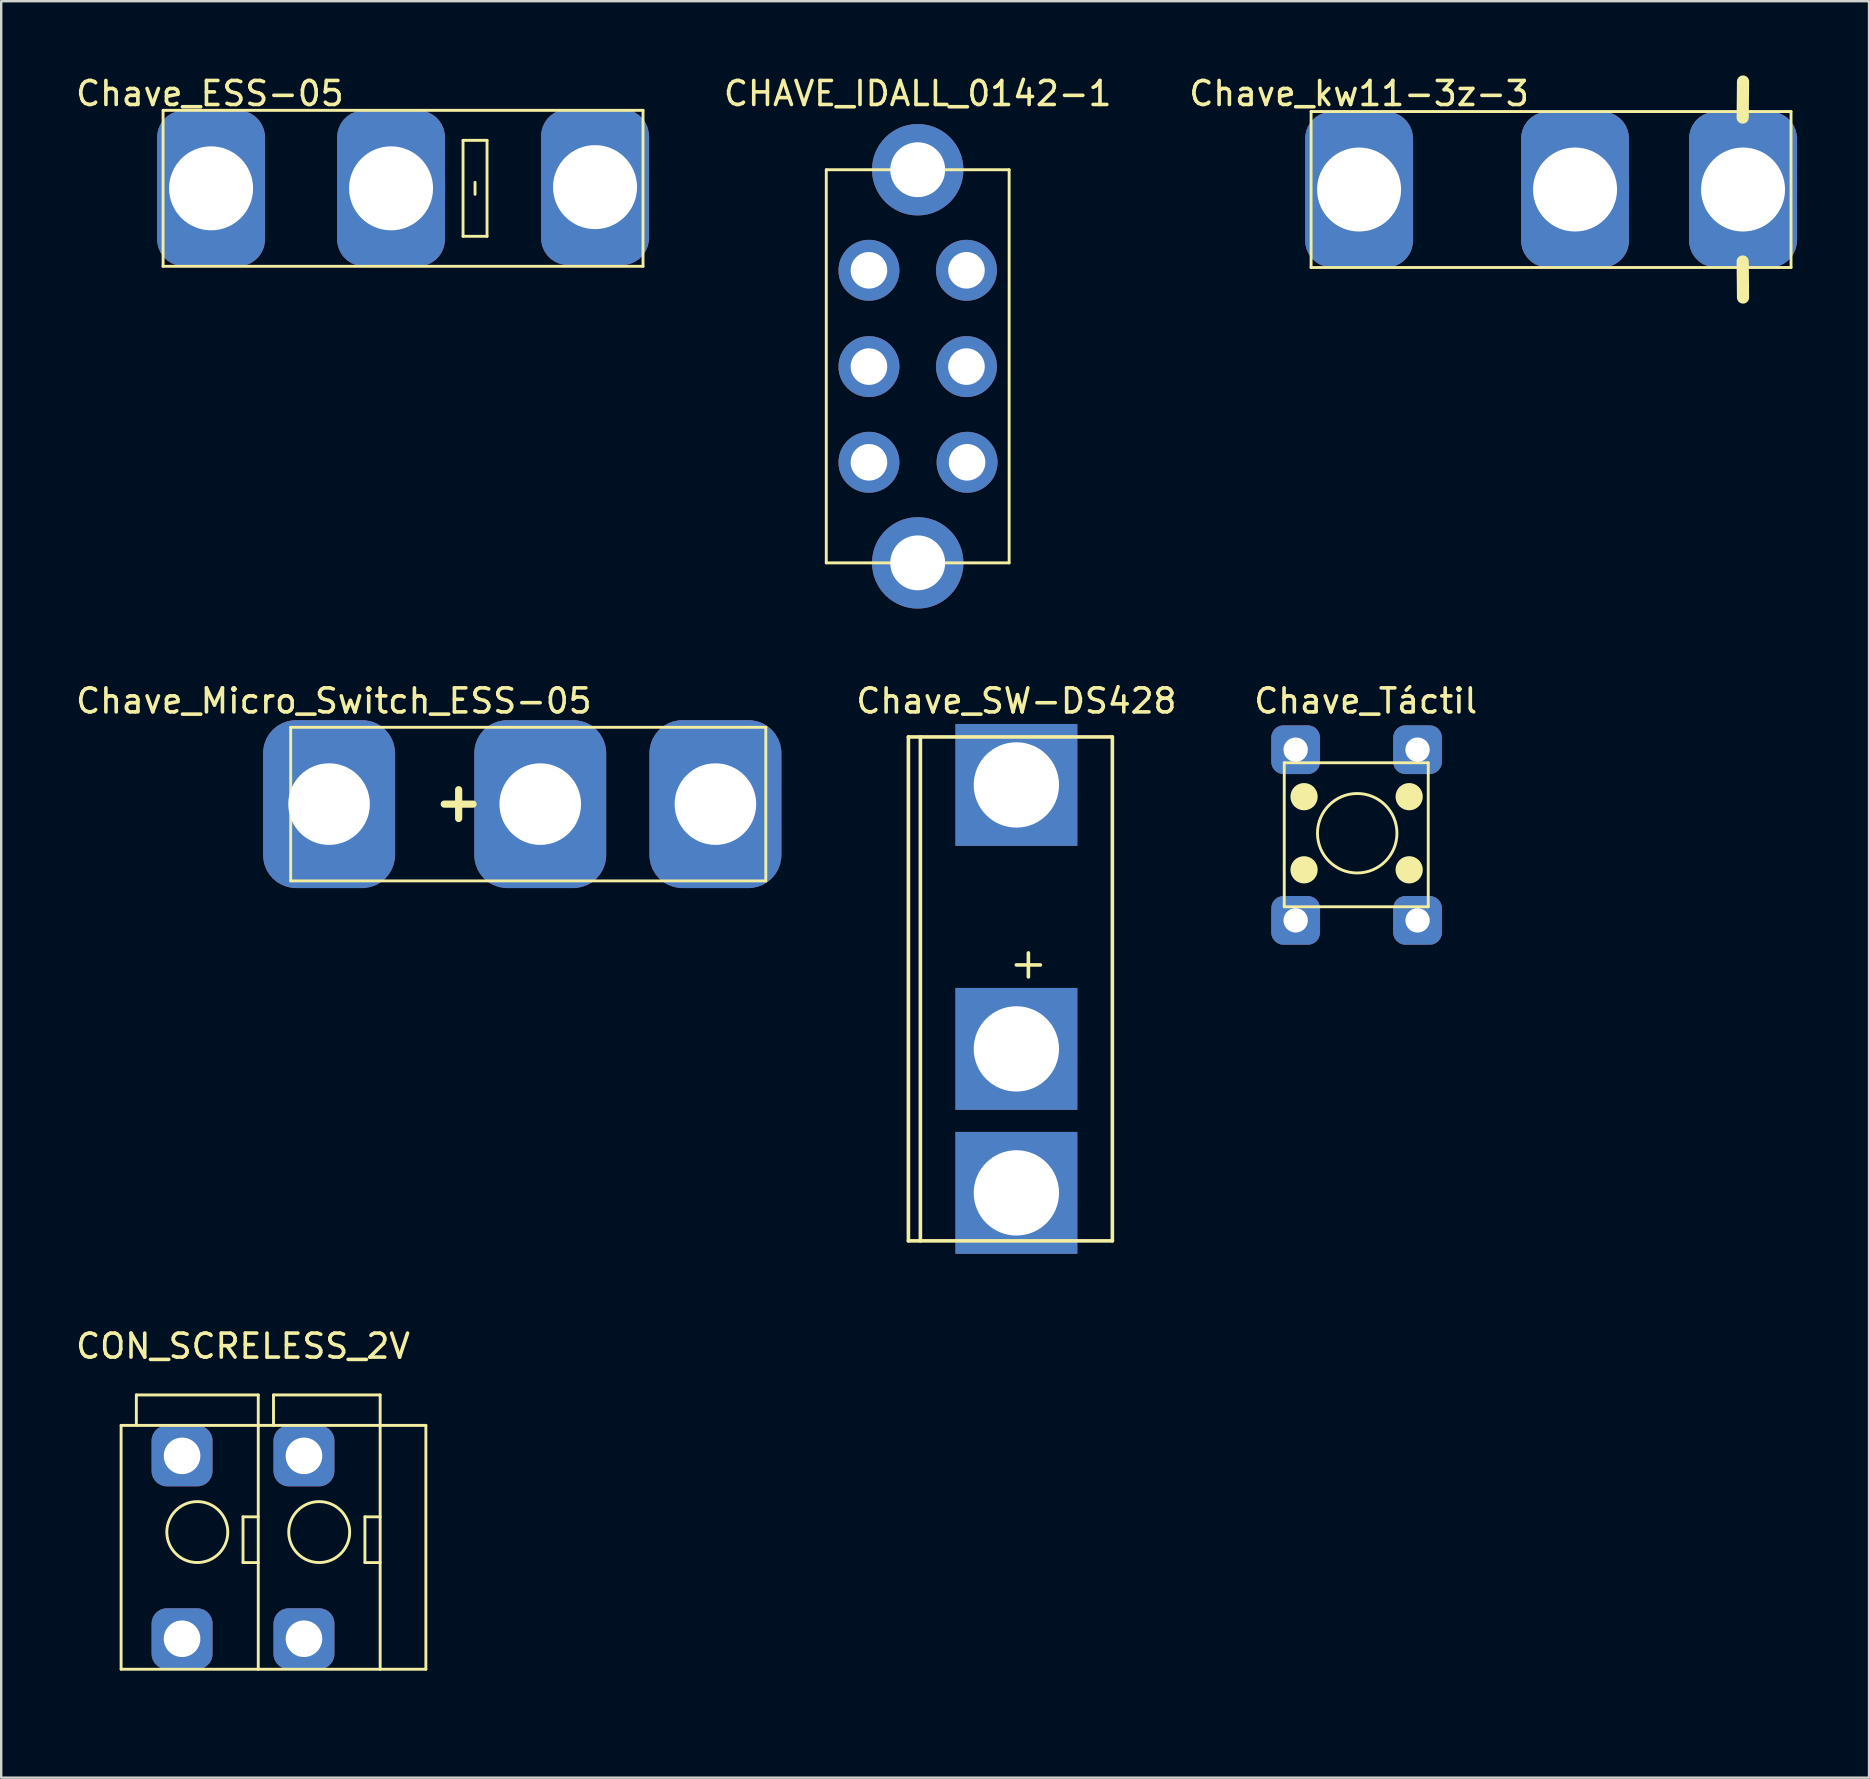
<source format=kicad_pcb>
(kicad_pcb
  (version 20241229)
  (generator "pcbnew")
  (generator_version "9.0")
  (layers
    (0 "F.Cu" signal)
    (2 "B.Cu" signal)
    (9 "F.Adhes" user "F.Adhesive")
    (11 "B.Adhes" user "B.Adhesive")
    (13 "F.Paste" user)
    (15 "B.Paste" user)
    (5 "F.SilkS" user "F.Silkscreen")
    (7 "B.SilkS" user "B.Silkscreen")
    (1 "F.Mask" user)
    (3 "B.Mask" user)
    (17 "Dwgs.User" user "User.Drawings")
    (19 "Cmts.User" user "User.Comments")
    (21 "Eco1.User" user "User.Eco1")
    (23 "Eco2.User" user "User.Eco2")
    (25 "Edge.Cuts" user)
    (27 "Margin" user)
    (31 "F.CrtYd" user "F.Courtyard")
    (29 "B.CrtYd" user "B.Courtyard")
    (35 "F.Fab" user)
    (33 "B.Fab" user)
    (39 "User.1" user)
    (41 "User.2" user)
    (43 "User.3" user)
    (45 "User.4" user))
  (footprint "CHAVE_IDALL_0142-1"
    (layer "F.Cu")
    (at 35.193 21.676)
    (property "Reference" "CHAVE_IDALL_0142-1" (at 0 -20.828 0) (layer "F.SilkS") (effects (font (size 1 1) (thickness 0.15))))
    (attr through_hole)
    (fp_line (start -3.81 -17.653) (end 3.81 -17.653) (stroke (width 0.12) (type solid)) (layer "F.SilkS"))
    (fp_line (start -3.81 -1.27) (end -3.81 -17.653) (stroke (width 0.12) (type solid)) (layer "F.SilkS"))
    (fp_line (start 0 -1.27) (end -3.81 -1.27) (stroke (width 0.12) (type solid)) (layer "F.SilkS"))
    (fp_line (start 0 -1.27) (end 3.81 -1.27) (stroke (width 0.12) (type solid)) (layer "F.SilkS"))
    (fp_line (start 3.81 -17.653) (end 3.81 -1.27) (stroke (width 0.12) (type solid)) (layer "F.SilkS"))
    (pad "" np_thru_hole circle (at 0 -17.653) (size 3.81 3.81) (drill 2.286) (layers "*.Cu" "*.Mask"))
    (pad "" np_thru_hole circle (at 0 -1.27) (size 3.81 3.81) (drill 2.286) (layers "*.Cu" "*.Mask"))
    (pad "A1" thru_hole circle (at -2.032 -13.462) (size 2.54 2.54) (drill 1.524) (layers "*.Cu" "*.Mask"))
    (pad "A2" thru_hole circle (at 2.032 -13.462) (size 2.54 2.54) (drill 1.524) (layers "*.Cu" "*.Mask"))
    (pad "B1" thru_hole circle (at -2.032 -5.461) (size 2.54 2.54) (drill 1.524) (layers "*.Cu" "*.Mask"))
    (pad "B2" thru_hole circle (at 2.057 -5.461) (size 2.54 2.54) (drill 1.524) (layers "*.Cu" "*.Mask"))
    (pad "X1" thru_hole circle (at -2.032 -9.449) (size 2.54 2.54) (drill 1.524) (layers "*.Cu" "*.Mask"))
    (pad "X2" thru_hole circle (at 2.032 -9.449) (size 2.54 2.54) (drill 1.524) (layers "*.Cu" "*.Mask")))
  (footprint "Chave_Micro_Switch_ESS-05"
    (layer "F.Cu")
    (at 10.663 30.459)
    (property "Reference" "Chave_Micro_Switch_ESS-05" (at 0.2 -4.3 0) (layer "F.SilkS") (effects (font (size 1 1) (thickness 0.15))))
    (attr through_hole)
    (fp_line (start -1.6 -3.2) (end -1.6 0) (stroke (width 0.12) (type solid)) (layer "F.SilkS"))
    (fp_line (start -1.6 0) (end -1.6 3.2) (stroke (width 0.12) (type solid)) (layer "F.SilkS"))
    (fp_line (start -1.6 3.2) (end 18.2 3.2) (stroke (width 0.12) (type solid)) (layer "F.SilkS"))
    (fp_line (start 4.8 0) (end 6 0) (stroke (width 0.3) (type solid)) (layer "F.SilkS"))
    (fp_line (start 5.4 -0.6) (end 5.4 0.6) (stroke (width 0.3) (type solid)) (layer "F.SilkS"))
    (fp_line (start 18.2 -3.2) (end -1.6 -3.2) (stroke (width 0.12) (type solid)) (layer "F.SilkS"))
    (fp_line (start 18.2 3.2) (end 18.2 -3.2) (stroke (width 0.12) (type solid)) (layer "F.SilkS"))
    (pad "1" thru_hole roundrect (at 0 0) (size 5.5 7) (drill 3.4) (layers "*.Cu" "*.Mask") (roundrect_rratio 0.25))
    (pad "2" thru_hole roundrect (at 16.1 0) (size 5.5 7) (drill 3.4) (layers "*.Cu" "*.Mask") (roundrect_rratio 0.25))
    (pad "3" thru_hole roundrect (at 8.8 0) (size 5.5 7) (drill 3.4) (layers "*.Cu" "*.Mask") (roundrect_rratio 0.25)))
  (footprint "Chave_ESS-05"
    (layer "F.Cu")
    (at 5.746 4.798)
    (property "Reference" "Chave_ESS-05" (at -0.05 -3.95 0) (layer "F.SilkS") (effects (font (size 1 1) (thickness 0.15))))
    (attr through_hole)
    (fp_line (start -2 -3.25) (end 18 -3.25) (stroke (width 0.12) (type solid)) (layer "F.SilkS"))
    (fp_line (start -2 3.25) (end -2 -3.25) (stroke (width 0.12) (type solid)) (layer "F.SilkS"))
    (fp_line (start -2 3.25) (end 18 3.25) (stroke (width 0.12) (type solid)) (layer "F.SilkS"))
    (fp_line (start 10.5 -2) (end 11.5 -2) (stroke (width 0.12) (type solid)) (layer "F.SilkS"))
    (fp_line (start 10.5 2) (end 10.5 -2) (stroke (width 0.12) (type solid)) (layer "F.SilkS"))
    (fp_line (start 11 0.25) (end 11 -0.25) (stroke (width 0.12) (type solid)) (layer "F.SilkS"))
    (fp_line (start 11.5 -2) (end 11.5 2) (stroke (width 0.12) (type solid)) (layer "F.SilkS"))
    (fp_line (start 11.5 2) (end 10.5 2) (stroke (width 0.12) (type solid)) (layer "F.SilkS"))
    (fp_line (start 18 3.25) (end 18 -3.25) (stroke (width 0.12) (type solid)) (layer "F.SilkS"))
    (pad "1" thru_hole roundrect (at 0 0) (size 4.5 6.5) (drill 3.5) (layers "*.Cu" "*.Mask") (roundrect_rratio 0.25))
    (pad "2" thru_hole roundrect (at 7.5 0) (size 4.5 6.5) (drill 3.5) (layers "*.Cu" "*.Mask") (roundrect_rratio 0.25))
    (pad "3" thru_hole roundrect (at 16 -0.05) (size 4.5 6.5) (drill 3.5) (layers "*.Cu" "*.Mask") (roundrect_rratio 0.25)))
  (footprint "Chave_Táctil"
    (layer "F.Cu")
    (at 50.943 35.812)
    (property "Reference" "Chave_Táctil" (at 2.921 -9.652 0) (layer "F.SilkS") (effects (font (size 1 1) (thickness 0.15))))
    (attr through_hole)
    (fp_line (start -0.475 -7.075) (end -0.475 -1.075) (stroke (width 0.12) (type solid)) (layer "F.SilkS"))
    (fp_line (start -0.475 -1.075) (end 5.525 -1.075) (stroke (width 0.12) (type solid)) (layer "F.SilkS"))
    (fp_line (start 5.525 -7.075) (end -0.475 -7.075) (stroke (width 0.12) (type solid)) (layer "F.SilkS"))
    (fp_line (start 5.525 -1.075) (end 5.525 -7.075) (stroke (width 0.12) (type solid)) (layer "F.SilkS"))
    (fp_circle (center 0.35 -5.663) (end 0.858 -5.663) (stroke (width 0.12) (type solid)) (fill no) (layer "F.SilkS"))
    (fp_circle (center 0.35 -2.615) (end 0.858 -2.615) (stroke (width 0.12) (type solid)) (fill no) (layer "F.SilkS"))
    (fp_circle (center 2.565 -4.139) (end 4.216 -4.012) (stroke (width 0.12) (type solid)) (fill no) (layer "F.SilkS"))
    (fp_circle (center 4.73 -5.663) (end 5.238 -5.663) (stroke (width 0.12) (type solid)) (fill no) (layer "F.SilkS"))
    (fp_circle (center 4.73 -2.615) (end 5.238 -2.615) (stroke (width 0.12) (type solid)) (fill no) (layer "F.SilkS"))
    (fp_poly (pts (xy 0.35 -6.171) (xy 0.731 -6.044) (xy 0.858 -5.79) (xy 0.858 -5.536) (xy 0.731 -5.282) (xy 0.477 -5.155) (xy 0.223 -5.155) (xy -0.031 -5.282) (xy -0.158 -5.536) (xy -0.158 -5.79) (xy -0.031 -6.044)) (stroke (width 0.025) (type solid)) (fill yes) (layer "F.SilkS"))
    (fp_poly (pts (xy 0.35 -3.123) (xy 0.731 -2.996) (xy 0.858 -2.742) (xy 0.858 -2.488) (xy 0.731 -2.234) (xy 0.477 -2.107) (xy 0.223 -2.107) (xy -0.031 -2.234) (xy -0.158 -2.488) (xy -0.158 -2.742) (xy -0.031 -2.996)) (stroke (width 0.025) (type solid)) (fill yes) (layer "F.SilkS"))
    (fp_poly (pts (xy 4.73 -6.171) (xy 5.111 -6.044) (xy 5.238 -5.79) (xy 5.238 -5.536) (xy 5.111 -5.282) (xy 4.857 -5.155) (xy 4.603 -5.155) (xy 4.349 -5.282) (xy 4.222 -5.536) (xy 4.222 -5.79) (xy 4.349 -6.044)) (stroke (width 0.025) (type solid)) (fill yes) (layer "F.SilkS"))
    (fp_poly (pts (xy 4.73 -3.123) (xy 5.111 -2.996) (xy 5.238 -2.742) (xy 5.238 -2.488) (xy 5.111 -2.234) (xy 4.857 -2.107) (xy 4.603 -2.107) (xy 4.349 -2.234) (xy 4.222 -2.488) (xy 4.222 -2.742) (xy 4.349 -2.996)) (stroke (width 0.025) (type solid)) (fill yes) (layer "F.SilkS"))
    (pad "1" thru_hole roundrect (at 0 -7.62) (size 2.032 2.032) (drill 1.016) (layers "*.Cu" "*.Mask") (roundrect_rratio 0.25))
    (pad "2" thru_hole roundrect (at 0 -0.508) (size 2.032 2.032) (drill 1.016) (layers "*.Cu" "*.Mask") (roundrect_rratio 0.25))
    (pad "3" thru_hole roundrect (at 5.08 -7.62) (size 2.032 2.032) (drill 1.016) (layers "*.Cu" "*.Mask") (roundrect_rratio 0.25))
    (pad "4" thru_hole roundrect (at 5.08 -0.508) (size 2.032 2.032) (drill 1.016) (layers "*.Cu" "*.Mask") (roundrect_rratio 0.25)))
  (footprint "Chave_kw11-3z-3"
    (layer "F.Cu")
    (at 54.086 4.848)
    (property "Reference" "Chave_kw11-3z-3" (at -0.5 -4 0) (layer "F.SilkS") (effects (font (size 1 1) (thickness 0.15))))
    (attr through_hole)
    (fp_line (start -2.5 -3.25) (end 17.5 -3.25) (stroke (width 0.12) (type solid)) (layer "F.SilkS"))
    (fp_line (start -2.5 3.25) (end -2.5 -3.25) (stroke (width 0.12) (type solid)) (layer "F.SilkS"))
    (fp_line (start -2.5 3.25) (end 17.5 3.25) (stroke (width 0.12) (type solid)) (layer "F.SilkS"))
    (fp_line (start 15.486 -3) (end 15.5 -4.5) (stroke (width 0.508) (type solid)) (layer "F.SilkS"))
    (fp_line (start 15.486 3) (end 15.5 4.5) (stroke (width 0.508) (type solid)) (layer "F.SilkS"))
    (fp_line (start 17.5 3.25) (end 17.5 -3.25) (stroke (width 0.12) (type solid)) (layer "F.SilkS"))
    (pad "1" thru_hole roundrect (at 15.5 0) (size 4.5 6.5) (drill 3.5) (layers "*.Cu" "*.Mask") (roundrect_rratio 0.25))
    (pad "2" thru_hole roundrect (at 8.5 0) (size 4.5 6.5) (drill 3.5) (layers "*.Cu" "*.Mask") (roundrect_rratio 0.25))
    (pad "3" thru_hole roundrect (at -0.5 0) (size 4.5 6.5) (drill 3.5) (layers "*.Cu" "*.Mask") (roundrect_rratio 0.25)))
  (footprint "CON_SCRELESS_2V"
    (layer "F.Cu")
    (at 7.077 67.78)
    (property "Reference" "CON_SCRELESS_2V" (at 0 -14.732 0) (layer "F.SilkS") (effects (font (size 1 1) (thickness 0.15))))
    (attr through_hole)
    (fp_line (start -5.08 -11.43) (end -5.08 -1.27) (stroke (width 0.12) (type solid)) (layer "F.SilkS"))
    (fp_line (start -5.08 -1.27) (end 0.635 -1.27) (stroke (width 0.12) (type solid)) (layer "F.SilkS"))
    (fp_line (start -4.445 -12.7) (end -4.445 -11.43) (stroke (width 0.12) (type solid)) (layer "F.SilkS"))
    (fp_line (start 0 -7.62) (end 0 -5.715) (stroke (width 0.12) (type solid)) (layer "F.SilkS"))
    (fp_line (start 0 -5.715) (end 0.635 -5.715) (stroke (width 0.12) (type solid)) (layer "F.SilkS"))
    (fp_line (start 0.635 -12.7) (end -4.445 -12.7) (stroke (width 0.12) (type solid)) (layer "F.SilkS"))
    (fp_line (start 0.635 -11.43) (end -5.08 -11.43) (stroke (width 0.12) (type solid)) (layer "F.SilkS"))
    (fp_line (start 0.635 -11.43) (end 0.635 -12.7) (stroke (width 0.12) (type solid)) (layer "F.SilkS"))
    (fp_line (start 0.635 -7.62) (end 0 -7.62) (stroke (width 0.12) (type solid)) (layer "F.SilkS"))
    (fp_line (start 0.635 -1.27) (end 0.635 -11.43) (stroke (width 0.12) (type solid)) (layer "F.SilkS"))
    (fp_line (start 0.635 -1.27) (end 5.715 -1.27) (stroke (width 0.12) (type solid)) (layer "F.SilkS"))
    (fp_line (start 1.27 -12.7) (end 1.27 -11.43) (stroke (width 0.12) (type solid)) (layer "F.SilkS"))
    (fp_line (start 5.08 -7.62) (end 5.08 -5.715) (stroke (width 0.12) (type solid)) (layer "F.SilkS"))
    (fp_line (start 5.08 -5.715) (end 5.715 -5.715) (stroke (width 0.12) (type solid)) (layer "F.SilkS"))
    (fp_line (start 5.715 -12.7) (end 1.27 -12.7) (stroke (width 0.12) (type solid)) (layer "F.SilkS"))
    (fp_line (start 5.715 -11.43) (end 0.635 -11.43) (stroke (width 0.12) (type solid)) (layer "F.SilkS"))
    (fp_line (start 5.715 -11.43) (end 5.715 -12.7) (stroke (width 0.12) (type solid)) (layer "F.SilkS"))
    (fp_line (start 5.715 -7.62) (end 5.08 -7.62) (stroke (width 0.12) (type solid)) (layer "F.SilkS"))
    (fp_line (start 5.715 -1.27) (end 5.715 -11.43) (stroke (width 0.12) (type solid)) (layer "F.SilkS"))
    (fp_line (start 5.715 -1.27) (end 7.62 -1.27) (stroke (width 0.12) (type solid)) (layer "F.SilkS"))
    (fp_line (start 7.62 -11.43) (end 5.715 -11.43) (stroke (width 0.12) (type solid)) (layer "F.SilkS"))
    (fp_line (start 7.62 -1.27) (end 7.62 -11.43) (stroke (width 0.12) (type solid)) (layer "F.SilkS"))
    (fp_circle (center -1.905 -6.985) (end -0.635 -6.985) (stroke (width 0.12) (type solid)) (fill no) (layer "F.SilkS"))
    (fp_circle (center 3.175 -6.985) (end 4.445 -6.985) (stroke (width 0.12) (type solid)) (fill no) (layer "F.SilkS"))
    (pad "1" thru_hole roundrect (at -2.54 -2.54) (size 2.54 2.54) (drill 1.524) (layers "*.Cu" "*.Mask") (roundrect_rratio 0.25))
    (pad "2" thru_hole roundrect (at -2.54 -10.16) (size 2.54 2.54) (drill 1.524) (layers "*.Cu" "*.Mask") (roundrect_rratio 0.25))
    (pad "3" thru_hole roundrect (at 2.54 -2.54) (size 2.54 2.54) (drill 1.524) (layers "*.Cu" "*.Mask") (roundrect_rratio 0.25))
    (pad "4" thru_hole roundrect (at 2.54 -10.16) (size 2.54 2.54) (drill 1.524) (layers "*.Cu" "*.Mask") (roundrect_rratio 0.25)))
  (footprint "Chave_SW-DS428"
    (layer "F.Cu")
    (at 39.305 46.66)
    (property "Reference" "Chave_SW-DS428" (at 0 -20.5 0) (layer "F.SilkS") (effects (font (size 1 1) (thickness 0.15))))
    (attr through_hole)
    (fp_line (start -4.5 -19) (end -4.5 2) (stroke (width 0.15) (type solid)) (layer "F.SilkS"))
    (fp_line (start -4.5 2) (end 4 2) (stroke (width 0.15) (type solid)) (layer "F.SilkS"))
    (fp_line (start -4 2) (end -4 -19) (stroke (width 0.15) (type solid)) (layer "F.SilkS"))
    (fp_line (start 0.5 -10) (end 0.5 -9) (stroke (width 0.15) (type solid)) (layer "F.SilkS"))
    (fp_line (start 1 -9.5) (end 0 -9.5) (stroke (width 0.15) (type solid)) (layer "F.SilkS"))
    (fp_line (start 4 -19) (end -4.5 -19) (stroke (width 0.15) (type solid)) (layer "F.SilkS"))
    (fp_line (start 4 2) (end 4 -19) (stroke (width 0.15) (type solid)) (layer "F.SilkS"))
    (pad "1" thru_hole rect (at 0 0) (size 5.08 5.08) (drill 3.556) (layers "*.Cu" "*.Mask"))
    (pad "2" thru_hole rect (at 0 -6) (size 5.08 5.08) (drill 3.556) (layers "*.Cu" "*.Mask"))
    (pad "3" thru_hole rect (at 0 -17) (size 5.08 5.08) (drill 3.556) (layers "*.Cu" "*.Mask")))
  (gr_rect
    (start -3 -3)
    (end 74.836 71.03)
    (stroke (width 0.1) (type default))
    (fill no)
    (layer "Edge.Cuts")))
</source>
